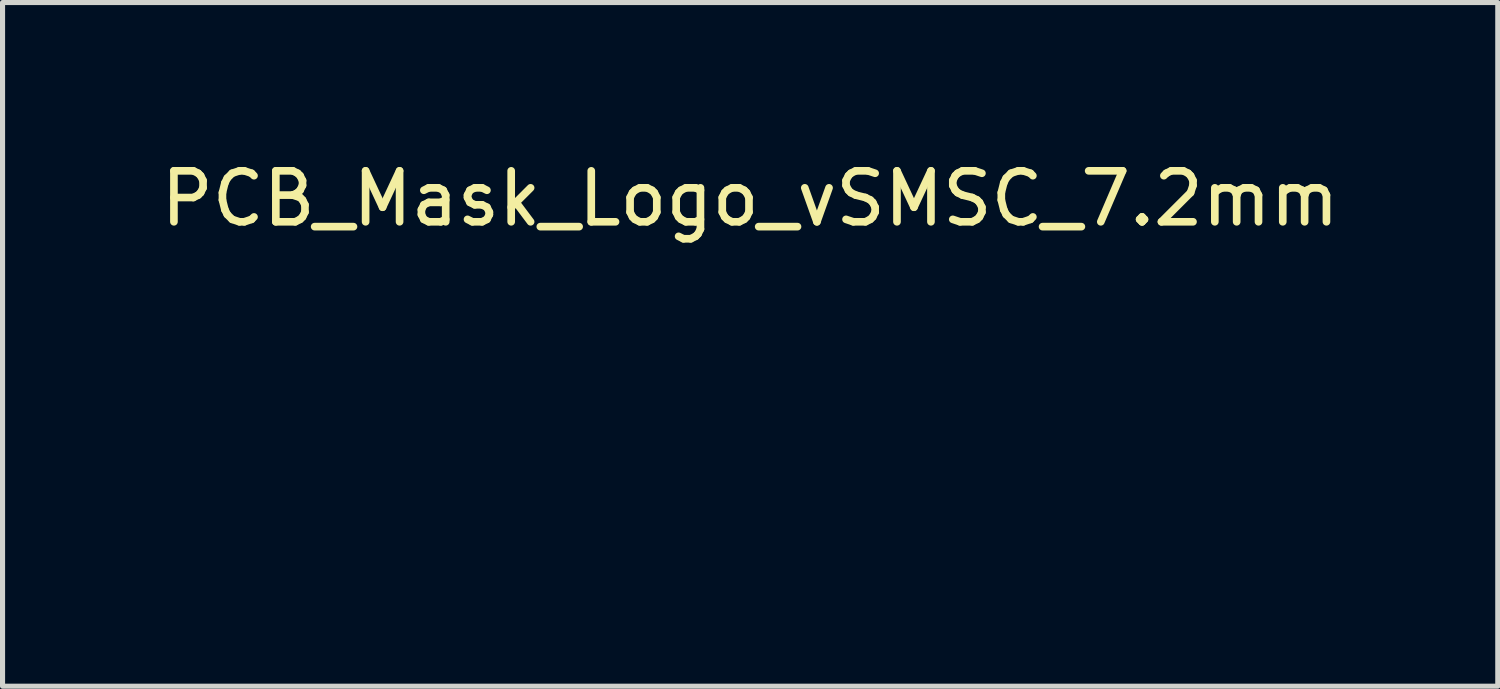
<source format=kicad_pcb>
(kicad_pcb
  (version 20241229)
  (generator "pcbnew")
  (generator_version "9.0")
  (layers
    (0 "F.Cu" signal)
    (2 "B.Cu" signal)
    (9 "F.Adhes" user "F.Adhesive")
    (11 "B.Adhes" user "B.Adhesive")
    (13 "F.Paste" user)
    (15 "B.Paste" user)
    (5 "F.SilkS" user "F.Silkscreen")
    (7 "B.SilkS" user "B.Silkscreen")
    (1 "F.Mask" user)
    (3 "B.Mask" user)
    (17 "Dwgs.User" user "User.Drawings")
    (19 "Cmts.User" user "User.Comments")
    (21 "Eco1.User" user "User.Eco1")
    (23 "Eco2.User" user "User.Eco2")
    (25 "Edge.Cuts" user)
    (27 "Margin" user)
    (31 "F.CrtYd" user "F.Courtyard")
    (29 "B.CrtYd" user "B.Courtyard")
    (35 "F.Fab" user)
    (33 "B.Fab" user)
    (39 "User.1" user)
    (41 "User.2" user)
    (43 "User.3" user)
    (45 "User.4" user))
  (footprint "PCB_Mask_Logo_vSMSC_7.2mm"
    (layer "F.Cu")
    (at 11.503 3.798)
    (property "Reference" "PCB_Mask_Logo_vSMSC_7.2mm" (at 0.17 -2.95 0) (unlocked yes) (layer "F.SilkS") (effects (font (size 1 1) (thickness 0.15))))
    (attr exclude_from_pos_files exclude_from_bom)
    (fp_poly (pts (xy 3.297 -0.143) (xy 3.294 -0.109) (xy 3.289 -0.076) (xy 3.283 -0.044) (xy 3.275 -0.011) (xy 3.266 0.021) (xy 3.255 0.052) (xy 3.242 0.083) (xy 3.228 0.114) (xy 3.213 0.143) (xy 3.196 0.172) (xy 3.178 0.2) (xy 3.158 0.228) (xy 3.137 0.254) (xy 3.114 0.28) (xy 3.091 0.304) (xy 3.065 0.328) (xy 3.039 0.35) (xy 3.011 0.371) (xy 2.981 0.391) (xy 2.951 0.41) (xy -0.116 2.182) (xy -0.147 2.199) (xy -0.179 2.215) (xy -0.212 2.228) (xy -0.245 2.24) (xy -0.278 2.25) (xy -0.311 2.258) (xy -0.344 2.265) (xy -0.378 2.27) (xy -0.412 2.273) (xy -0.445 2.275) (xy -0.479 2.275) (xy -0.513 2.273) (xy -0.546 2.27) (xy -0.579 2.265) (xy -0.612 2.259) (xy -0.644 2.251) (xy -0.676 2.242) (xy -0.708 2.231) (xy -0.739 2.218) (xy -0.769 2.204) (xy -0.799 2.189) (xy -0.828 2.172) (xy -0.856 2.154) (xy -0.884 2.134) (xy -0.91 2.113) (xy -0.936 2.091) (xy -0.96 2.067) (xy -0.984 2.042) (xy -1.006 2.016) (xy -1.027 1.988) (xy -1.047 1.959) (xy -1.066 1.928) (xy -1.083 1.897) (xy -1.098 1.865) (xy -1.112 1.833) (xy -1.124 1.8) (xy -1.134 1.767) (xy -1.143 1.734) (xy -1.149 1.7) (xy -1.154 1.667) (xy -1.158 1.633) (xy -1.159 1.599) (xy -1.16 1.566) (xy -1.158 1.532) (xy -1.155 1.499) (xy -1.15 1.466) (xy -1.144 1.433) (xy -1.136 1.401) (xy -1.127 1.369) (xy -1.116 1.337) (xy -1.103 1.306) (xy -1.089 1.276) (xy -1.074 1.246) (xy -1.057 1.217) (xy -1.039 1.189) (xy -1.019 1.162) (xy -0.998 1.135) (xy -0.975 1.109) (xy -0.952 1.085) (xy -0.926 1.061) (xy -0.9 1.039) (xy -0.872 1.017) (xy -0.842 0.997) (xy -0.812 0.979) (xy 2.255 -0.791) (xy 2.286 -0.809) (xy 2.318 -0.824) (xy 2.351 -0.838) (xy 2.384 -0.85) (xy 2.417 -0.86) (xy 2.45 -0.868) (xy 2.483 -0.875) (xy 2.517 -0.88) (xy 2.551 -0.884) (xy 2.584 -0.885) (xy 2.618 -0.885) (xy 2.652 -0.884) (xy 2.685 -0.881) (xy 2.718 -0.876) (xy 2.751 -0.87) (xy 2.783 -0.862) (xy 2.815 -0.853) (xy 2.847 -0.842) (xy 2.878 -0.829) (xy 2.908 -0.815) (xy 2.938 -0.8) (xy 2.967 -0.783) (xy 2.995 -0.765) (xy 3.023 -0.745) (xy 3.049 -0.724) (xy 3.075 -0.701) (xy 3.099 -0.677) (xy 3.123 -0.652) (xy 3.145 -0.625) (xy 3.166 -0.597) (xy 3.186 -0.568) (xy 3.205 -0.537) (xy 3.222 -0.506) (xy 3.237 -0.474) (xy 3.251 -0.442) (xy 3.263 -0.41) (xy 3.273 -0.377) (xy 3.282 -0.344) (xy 3.288 -0.31) (xy 3.293 -0.277) (xy 3.297 -0.243) (xy 3.299 -0.21) (xy 3.299 -0.176)) (stroke (width 0) (type solid)) (fill yes) (layer "F.Mask"))
    (fp_poly (pts (xy 3.326 2.424) (xy 3.323 2.457) (xy 3.318 2.49) (xy 3.312 2.523) (xy 3.304 2.555) (xy 3.295 2.587) (xy 3.284 2.619) (xy 3.272 2.65) (xy 3.258 2.68) (xy 3.242 2.71) (xy 3.225 2.739) (xy 3.207 2.767) (xy 3.187 2.794) (xy 3.166 2.821) (xy 3.144 2.846) (xy 3.12 2.871) (xy 3.094 2.894) (xy 3.068 2.917) (xy 3.04 2.938) (xy 3.01 2.958) (xy 2.98 2.976) (xy 2.03 3.527) (xy 1.998 3.543) (xy 1.966 3.559) (xy 1.934 3.572) (xy 1.901 3.584) (xy 1.868 3.594) (xy 1.835 3.602) (xy 1.802 3.609) (xy 1.768 3.614) (xy 1.734 3.617) (xy 1.701 3.619) (xy 1.667 3.619) (xy 1.634 3.617) (xy 1.601 3.614) (xy 1.568 3.609) (xy 1.535 3.603) (xy 1.502 3.595) (xy 1.47 3.586) (xy 1.439 3.575) (xy 1.408 3.562) (xy 1.378 3.548) (xy 1.348 3.533) (xy 1.319 3.516) (xy 1.291 3.498) (xy 1.263 3.479) (xy 1.237 3.457) (xy 1.211 3.435) (xy 1.186 3.411) (xy 1.163 3.386) (xy 1.14 3.36) (xy 1.119 3.332) (xy 1.099 3.303) (xy 1.08 3.273) (xy 1.063 3.241) (xy 1.048 3.209) (xy 1.034 3.177) (xy 1.023 3.144) (xy 1.013 3.111) (xy 1.004 3.077) (xy 0.998 3.044) (xy 0.993 3.01) (xy 0.99 2.977) (xy 0.988 2.943) (xy 0.988 2.909) (xy 0.99 2.876) (xy 0.993 2.842) (xy 0.997 2.809) (xy 1.004 2.776) (xy 1.012 2.744) (xy 1.021 2.712) (xy 1.032 2.68) (xy 1.044 2.649) (xy 1.058 2.619) (xy 1.073 2.589) (xy 1.09 2.56) (xy 1.108 2.532) (xy 1.128 2.505) (xy 1.149 2.478) (xy 1.172 2.452) (xy 1.195 2.428) (xy 1.22 2.404) (xy 1.247 2.382) (xy 1.275 2.361) (xy 1.304 2.341) (xy 1.334 2.323) (xy 2.284 1.772) (xy 2.315 1.755) (xy 2.347 1.74) (xy 2.38 1.727) (xy 2.413 1.715) (xy 2.446 1.705) (xy 2.479 1.697) (xy 2.513 1.69) (xy 2.546 1.685) (xy 2.58 1.682) (xy 2.614 1.68) (xy 2.647 1.68) (xy 2.681 1.682) (xy 2.714 1.685) (xy 2.747 1.69) (xy 2.78 1.696) (xy 2.812 1.704) (xy 2.844 1.714) (xy 2.876 1.725) (xy 2.907 1.737) (xy 2.937 1.751) (xy 2.967 1.766) (xy 2.996 1.783) (xy 3.024 1.802) (xy 3.052 1.821) (xy 3.078 1.843) (xy 3.104 1.865) (xy 3.129 1.889) (xy 3.152 1.914) (xy 3.174 1.941) (xy 3.195 1.969) (xy 3.215 1.998) (xy 3.234 2.029) (xy 3.251 2.06) (xy 3.266 2.092) (xy 3.28 2.124) (xy 3.292 2.157) (xy 3.302 2.19) (xy 3.311 2.223) (xy 3.317 2.256) (xy 3.322 2.29) (xy 3.326 2.323) (xy 3.328 2.357) (xy 3.328 2.39)) (stroke (width 0) (type solid)) (fill yes) (layer "F.Mask"))
    (fp_poly (pts (xy 3.424 -2.916) (xy 3.422 -2.882) (xy 3.419 -2.849) (xy 3.414 -2.816) (xy 3.408 -2.783) (xy 3.4 -2.751) (xy 3.39 -2.719) (xy 3.379 -2.688) (xy 3.367 -2.657) (xy 3.353 -2.626) (xy 3.338 -2.596) (xy 3.321 -2.567) (xy 3.302 -2.539) (xy 3.283 -2.512) (xy 3.261 -2.485) (xy 3.239 -2.46) (xy 3.215 -2.435) (xy 3.19 -2.411) (xy 3.163 -2.389) (xy 3.135 -2.368) (xy 3.106 -2.347) (xy 3.075 -2.329) (xy 2.932 -2.246) (xy 2.787 -2.162) (xy 2.038 -1.731) (xy 1.011 -1.138) (xy -0.113 -0.487) (xy -1.156 0.113) (xy -1.547 0.339) (xy -1.936 0.566) (xy -2.079 0.647) (xy -2.152 0.689) (xy -2.224 0.732) (xy -2.297 0.778) (xy -2.369 0.825) (xy -2.44 0.875) (xy -2.475 0.901) (xy -2.51 0.928) (xy -2.51 0.928) (xy -2.542 0.955) (xy -2.571 0.983) (xy -2.596 1.012) (xy -2.617 1.043) (xy -2.634 1.077) (xy -2.648 1.113) (xy -2.657 1.151) (xy -2.662 1.193) (xy -2.663 1.238) (xy -2.66 1.287) (xy -2.652 1.34) (xy -2.639 1.398) (xy -2.622 1.46) (xy -2.6 1.528) (xy -2.574 1.601) (xy -2.542 1.68) (xy -2.687 1.613) (xy -2.776 1.565) (xy -2.872 1.508) (xy -2.971 1.442) (xy -3.072 1.367) (xy -3.169 1.283) (xy -3.216 1.237) (xy -3.261 1.189) (xy -3.304 1.138) (xy -3.344 1.085) (xy -3.381 1.03) (xy -3.414 0.973) (xy -3.444 0.913) (xy -3.47 0.851) (xy -3.491 0.786) (xy -3.506 0.719) (xy -3.517 0.65) (xy -3.521 0.579) (xy -3.52 0.505) (xy -3.512 0.429) (xy -3.496 0.35) (xy -3.474 0.269) (xy -3.443 0.186) (xy -3.405 0.1) (xy -3.389 0.07) (xy -3.372 0.041) (xy -3.354 0.011) (xy -3.334 -0.018) (xy -3.29 -0.077) (xy -3.243 -0.134) (xy -3.193 -0.19) (xy -3.14 -0.244) (xy -3.086 -0.296) (xy -3.031 -0.345) (xy -2.977 -0.392) (xy -2.924 -0.435) (xy -2.874 -0.475) (xy -2.827 -0.51) (xy -2.745 -0.568) (xy -2.688 -0.606) (xy -2.499 -0.718) (xy -2.309 -0.828) (xy -1.928 -1.045) (xy -0.888 -1.646) (xy 0.249 -2.302) (xy 1.3 -2.908) (xy 1.686 -3.131) (xy 2.072 -3.355) (xy 2.226 -3.443) (xy 2.382 -3.533) (xy 2.413 -3.55) (xy 2.445 -3.565) (xy 2.477 -3.579) (xy 2.51 -3.591) (xy 2.543 -3.601) (xy 2.576 -3.609) (xy 2.609 -3.616) (xy 2.643 -3.621) (xy 2.676 -3.625) (xy 2.71 -3.626) (xy 2.743 -3.626) (xy 2.777 -3.625) (xy 2.81 -3.622) (xy 2.843 -3.617) (xy 2.876 -3.611) (xy 2.908 -3.603) (xy 2.94 -3.594) (xy 2.972 -3.583) (xy 3.003 -3.57) (xy 3.033 -3.556) (xy 3.063 -3.541) (xy 3.092 -3.524) (xy 3.121 -3.506) (xy 3.148 -3.486) (xy 3.175 -3.465) (xy 3.201 -3.442) (xy 3.225 -3.418) (xy 3.249 -3.393) (xy 3.272 -3.366) (xy 3.293 -3.338) (xy 3.313 -3.309) (xy 3.332 -3.279) (xy 3.349 -3.247) (xy 3.364 -3.215) (xy 3.377 -3.183) (xy 3.389 -3.15) (xy 3.399 -3.117) (xy 3.407 -3.084) (xy 3.414 -3.05) (xy 3.419 -3.017) (xy 3.422 -2.983) (xy 3.424 -2.949)) (stroke (width 0) (type solid)) (fill yes) (layer "F.Mask")))
  (gr_rect
    (start -3 -3)
    (end 26.345 10.417)
    (stroke (width 0.1) (type default))
    (fill no)
    (layer "Edge.Cuts")))
</source>
